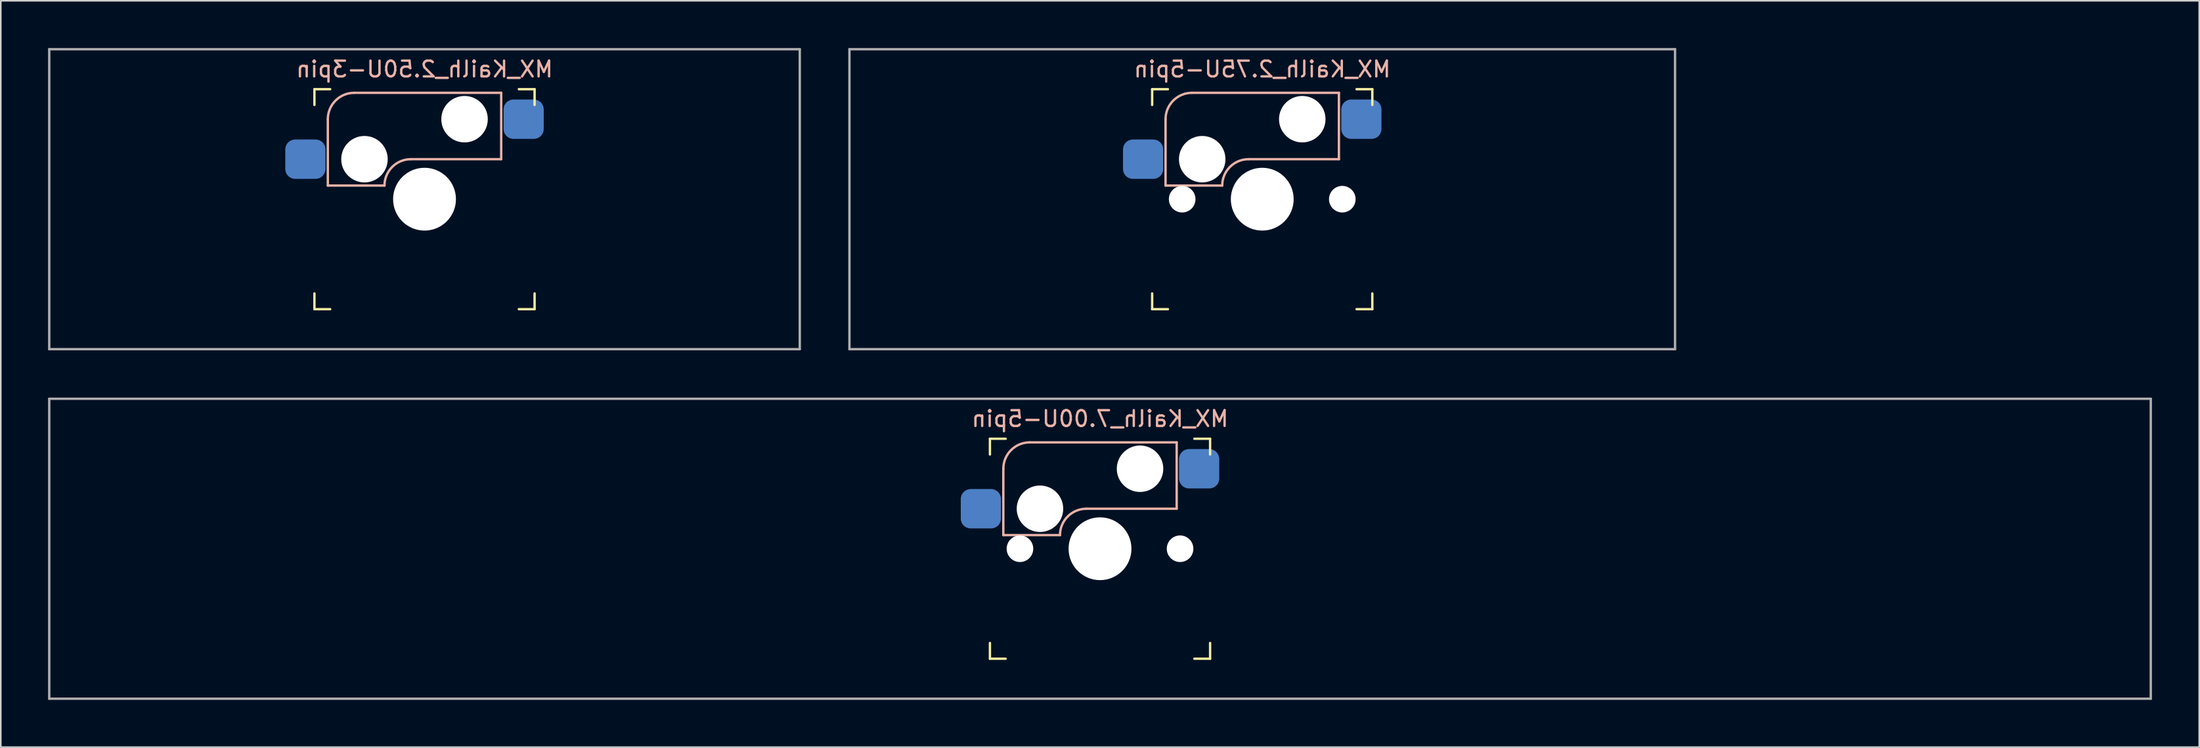
<source format=kicad_pcb>
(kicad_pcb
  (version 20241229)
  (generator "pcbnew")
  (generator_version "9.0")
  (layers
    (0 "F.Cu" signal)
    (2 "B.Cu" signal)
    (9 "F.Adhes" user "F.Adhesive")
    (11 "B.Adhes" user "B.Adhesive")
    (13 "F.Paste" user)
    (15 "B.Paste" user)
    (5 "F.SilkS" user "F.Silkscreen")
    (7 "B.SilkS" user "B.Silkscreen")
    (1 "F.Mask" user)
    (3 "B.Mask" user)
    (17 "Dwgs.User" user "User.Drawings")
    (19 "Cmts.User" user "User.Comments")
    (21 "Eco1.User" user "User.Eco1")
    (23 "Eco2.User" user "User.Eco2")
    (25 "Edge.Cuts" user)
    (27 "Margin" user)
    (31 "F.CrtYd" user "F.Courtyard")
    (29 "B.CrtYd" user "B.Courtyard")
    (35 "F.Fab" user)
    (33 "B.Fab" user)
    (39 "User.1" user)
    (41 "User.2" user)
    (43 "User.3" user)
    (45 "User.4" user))
  (footprint "MX_Kailh_2.50U-3pin"
    (layer "F.Cu")
    (at 23.887 9.6)
    (property "Reference" "MX_Kailh_2.50U-3pin" (at 0 -8.255 0) (layer "B.SilkS") (effects (font (size 1 1) (thickness 0.15)) (justify mirror)))
    (attr smd)
    (fp_line (start -6.985 -5.985) (end -6.985 -6.985) (stroke (width 0.15) (type solid)) (layer "F.SilkS"))
    (fp_line (start -6.985 6.985) (end -6.985 5.985) (stroke (width 0.15) (type solid)) (layer "F.SilkS"))
    (fp_line (start -6.985 6.985) (end -5.985 6.985) (stroke (width 0.15) (type solid)) (layer "F.SilkS"))
    (fp_line (start -5.985 -6.985) (end -6.985 -6.985) (stroke (width 0.15) (type solid)) (layer "F.SilkS"))
    (fp_line (start 5.985 6.985) (end 6.985 6.985) (stroke (width 0.15) (type solid)) (layer "F.SilkS"))
    (fp_line (start 6.985 -6.985) (end 5.985 -6.985) (stroke (width 0.15) (type solid)) (layer "F.SilkS"))
    (fp_line (start 6.985 -6.985) (end 6.985 -5.985) (stroke (width 0.15) (type solid)) (layer "F.SilkS"))
    (fp_line (start 6.985 5.985) (end 6.985 6.985) (stroke (width 0.15) (type solid)) (layer "F.SilkS"))
    (fp_line (start -6.135 -5.08) (end -6.135 -0.865) (stroke (width 0.15) (type solid)) (layer "B.SilkS"))
    (fp_line (start -6.135 -0.865) (end -2.54 -0.865) (stroke (width 0.15) (type solid)) (layer "B.SilkS"))
    (fp_line (start -4.46 -6.755) (end 4.865 -6.755) (stroke (width 0.15) (type solid)) (layer "B.SilkS"))
    (fp_line (start -0.865 -2.54) (end 4.865 -2.54) (stroke (width 0.15) (type solid)) (layer "B.SilkS"))
    (fp_line (start 4.865 -6.755) (end 4.865 -2.54) (stroke (width 0.15) (type solid)) (layer "B.SilkS"))
    (fp_arc (start -6.135 -5.08) (mid -5.644404 -6.264404) (end -4.46 -6.755) (stroke (width 0.15) (type solid)) (layer "B.SilkS"))
    (fp_arc (start -2.54 -0.865) (mid -2.049404 -2.049404) (end -0.865 -2.54) (stroke (width 0.15) (type solid)) (layer "B.SilkS"))
    (fp_line (start -6.985 6.985) (end -6.985 -6.985) (stroke (width 0.15) (type solid)) (layer "Eco2.User"))
    (fp_line (start -6.985 6.985) (end 6.985 6.985) (stroke (width 0.15) (type solid)) (layer "Eco2.User"))
    (fp_line (start 6.985 -6.985) (end -6.985 -6.985) (stroke (width 0.15) (type solid)) (layer "Eco2.User"))
    (fp_line (start 6.985 -6.985) (end 6.985 6.985) (stroke (width 0.15) (type solid)) (layer "Eco2.User"))
    (fp_line (start -23.812 -9.525) (end 23.812 -9.525) (stroke (width 0.15) (type solid)) (layer "F.Fab"))
    (fp_line (start -23.812 9.525) (end -23.812 -9.525) (stroke (width 0.15) (type solid)) (layer "F.Fab"))
    (fp_line (start 23.812 -9.525) (end 23.812 9.525) (stroke (width 0.15) (type solid)) (layer "F.Fab"))
    (fp_line (start 23.812 9.525) (end -23.812 9.525) (stroke (width 0.15) (type solid)) (layer "F.Fab"))
    (pad "" np_thru_hole circle (at -3.81 -2.54) (size 2.95 2.95) (drill 2.95) (layers "*.Cu" "*.Mask"))
    (pad "" np_thru_hole circle (at 0 0) (size 3.988 3.988) (drill 3.988) (layers "*.Cu" "*.Mask"))
    (pad "" np_thru_hole circle (at 2.54 -5.08) (size 2.95 2.95) (drill 2.95) (layers "*.Cu" "*.Mask"))
    (pad "1" smd roundrect (at 6.29 -5.08) (size 2.55 2.5) (layers "B.Cu" "B.Mask" "B.Paste") (roundrect_rratio 0.25))
    (pad "2" smd roundrect (at -7.56 -2.54) (size 2.55 2.5) (layers "B.Cu" "B.Mask" "B.Paste") (roundrect_rratio 0.25)))
  (footprint "MX_Kailh_7.00U-5pin"
    (layer "F.Cu")
    (at 66.75 31.8)
    (property "Reference" "MX_Kailh_7.00U-5pin" (at 0 -8.255 0) (layer "B.SilkS") (effects (font (size 1 1) (thickness 0.15)) (justify mirror)))
    (attr smd)
    (fp_line (start -6.985 -5.985) (end -6.985 -6.985) (stroke (width 0.15) (type solid)) (layer "F.SilkS"))
    (fp_line (start -6.985 6.985) (end -6.985 5.985) (stroke (width 0.15) (type solid)) (layer "F.SilkS"))
    (fp_line (start -6.985 6.985) (end -5.985 6.985) (stroke (width 0.15) (type solid)) (layer "F.SilkS"))
    (fp_line (start -5.985 -6.985) (end -6.985 -6.985) (stroke (width 0.15) (type solid)) (layer "F.SilkS"))
    (fp_line (start 5.985 6.985) (end 6.985 6.985) (stroke (width 0.15) (type solid)) (layer "F.SilkS"))
    (fp_line (start 6.985 -6.985) (end 5.985 -6.985) (stroke (width 0.15) (type solid)) (layer "F.SilkS"))
    (fp_line (start 6.985 -6.985) (end 6.985 -5.985) (stroke (width 0.15) (type solid)) (layer "F.SilkS"))
    (fp_line (start 6.985 5.985) (end 6.985 6.985) (stroke (width 0.15) (type solid)) (layer "F.SilkS"))
    (fp_line (start -6.135 -5.08) (end -6.135 -0.865) (stroke (width 0.15) (type solid)) (layer "B.SilkS"))
    (fp_line (start -6.135 -0.865) (end -2.54 -0.865) (stroke (width 0.15) (type solid)) (layer "B.SilkS"))
    (fp_line (start -4.46 -6.755) (end 4.865 -6.755) (stroke (width 0.15) (type solid)) (layer "B.SilkS"))
    (fp_line (start -0.865 -2.54) (end 4.865 -2.54) (stroke (width 0.15) (type solid)) (layer "B.SilkS"))
    (fp_line (start 4.865 -6.755) (end 4.865 -2.54) (stroke (width 0.15) (type solid)) (layer "B.SilkS"))
    (fp_arc (start -6.135 -5.08) (mid -5.644404 -6.264404) (end -4.46 -6.755) (stroke (width 0.15) (type solid)) (layer "B.SilkS"))
    (fp_arc (start -2.54 -0.865) (mid -2.049404 -2.049404) (end -0.865 -2.54) (stroke (width 0.15) (type solid)) (layer "B.SilkS"))
    (fp_line (start -6.985 6.985) (end -6.985 -6.985) (stroke (width 0.15) (type solid)) (layer "Eco2.User"))
    (fp_line (start -6.985 6.985) (end 6.985 6.985) (stroke (width 0.15) (type solid)) (layer "Eco2.User"))
    (fp_line (start 6.985 -6.985) (end -6.985 -6.985) (stroke (width 0.15) (type solid)) (layer "Eco2.User"))
    (fp_line (start 6.985 -6.985) (end 6.985 6.985) (stroke (width 0.15) (type solid)) (layer "Eco2.User"))
    (fp_line (start -66.675 -9.525) (end 66.675 -9.525) (stroke (width 0.15) (type solid)) (layer "F.Fab"))
    (fp_line (start -66.675 9.525) (end -66.675 -9.525) (stroke (width 0.15) (type solid)) (layer "F.Fab"))
    (fp_line (start 66.675 -9.525) (end 66.675 9.525) (stroke (width 0.15) (type solid)) (layer "F.Fab"))
    (fp_line (start 66.675 9.525) (end -66.675 9.525) (stroke (width 0.15) (type solid)) (layer "F.Fab"))
    (pad "" np_thru_hole circle (at -5.08 0) (size 1.688 1.688) (drill 1.688) (layers "*.Cu" "*.Mask"))
    (pad "" np_thru_hole circle (at -3.81 -2.54) (size 2.95 2.95) (drill 2.95) (layers "*.Cu" "*.Mask"))
    (pad "" np_thru_hole circle (at 0 0) (size 3.988 3.988) (drill 3.988) (layers "*.Cu" "*.Mask"))
    (pad "" np_thru_hole circle (at 2.54 -5.08) (size 2.95 2.95) (drill 2.95) (layers "*.Cu" "*.Mask"))
    (pad "" np_thru_hole circle (at 5.08 0) (size 1.688 1.688) (drill 1.688) (layers "*.Cu" "*.Mask"))
    (pad "1" smd roundrect (at 6.29 -5.08) (size 2.55 2.5) (layers "B.Cu" "B.Mask" "B.Paste") (roundrect_rratio 0.25))
    (pad "2" smd roundrect (at -7.56 -2.54) (size 2.55 2.5) (layers "B.Cu" "B.Mask" "B.Paste") (roundrect_rratio 0.25)))
  (footprint "MX_Kailh_2.75U-5pin"
    (layer "F.Cu")
    (at 77.044 9.6)
    (property "Reference" "MX_Kailh_2.75U-5pin" (at 0 -8.255 0) (layer "B.SilkS") (effects (font (size 1 1) (thickness 0.15)) (justify mirror)))
    (attr smd)
    (fp_line (start -6.985 -5.985) (end -6.985 -6.985) (stroke (width 0.15) (type solid)) (layer "F.SilkS"))
    (fp_line (start -6.985 6.985) (end -6.985 5.985) (stroke (width 0.15) (type solid)) (layer "F.SilkS"))
    (fp_line (start -6.985 6.985) (end -5.985 6.985) (stroke (width 0.15) (type solid)) (layer "F.SilkS"))
    (fp_line (start -5.985 -6.985) (end -6.985 -6.985) (stroke (width 0.15) (type solid)) (layer "F.SilkS"))
    (fp_line (start 5.985 6.985) (end 6.985 6.985) (stroke (width 0.15) (type solid)) (layer "F.SilkS"))
    (fp_line (start 6.985 -6.985) (end 5.985 -6.985) (stroke (width 0.15) (type solid)) (layer "F.SilkS"))
    (fp_line (start 6.985 -6.985) (end 6.985 -5.985) (stroke (width 0.15) (type solid)) (layer "F.SilkS"))
    (fp_line (start 6.985 5.985) (end 6.985 6.985) (stroke (width 0.15) (type solid)) (layer "F.SilkS"))
    (fp_line (start -6.135 -5.08) (end -6.135 -0.865) (stroke (width 0.15) (type solid)) (layer "B.SilkS"))
    (fp_line (start -6.135 -0.865) (end -2.54 -0.865) (stroke (width 0.15) (type solid)) (layer "B.SilkS"))
    (fp_line (start -4.46 -6.755) (end 4.865 -6.755) (stroke (width 0.15) (type solid)) (layer "B.SilkS"))
    (fp_line (start -0.865 -2.54) (end 4.865 -2.54) (stroke (width 0.15) (type solid)) (layer "B.SilkS"))
    (fp_line (start 4.865 -6.755) (end 4.865 -2.54) (stroke (width 0.15) (type solid)) (layer "B.SilkS"))
    (fp_arc (start -6.135 -5.08) (mid -5.644404 -6.264404) (end -4.46 -6.755) (stroke (width 0.15) (type solid)) (layer "B.SilkS"))
    (fp_arc (start -2.54 -0.865) (mid -2.049404 -2.049404) (end -0.865 -2.54) (stroke (width 0.15) (type solid)) (layer "B.SilkS"))
    (fp_line (start -6.985 6.985) (end -6.985 -6.985) (stroke (width 0.15) (type solid)) (layer "Eco2.User"))
    (fp_line (start -6.985 6.985) (end 6.985 6.985) (stroke (width 0.15) (type solid)) (layer "Eco2.User"))
    (fp_line (start 6.985 -6.985) (end -6.985 -6.985) (stroke (width 0.15) (type solid)) (layer "Eco2.User"))
    (fp_line (start 6.985 -6.985) (end 6.985 6.985) (stroke (width 0.15) (type solid)) (layer "Eco2.User"))
    (fp_line (start -26.194 -9.525) (end 26.194 -9.525) (stroke (width 0.15) (type solid)) (layer "F.Fab"))
    (fp_line (start -26.194 9.525) (end -26.194 -9.525) (stroke (width 0.15) (type solid)) (layer "F.Fab"))
    (fp_line (start 26.194 -9.525) (end 26.194 9.525) (stroke (width 0.15) (type solid)) (layer "F.Fab"))
    (fp_line (start 26.194 9.525) (end -26.194 9.525) (stroke (width 0.15) (type solid)) (layer "F.Fab"))
    (pad "" np_thru_hole circle (at -5.08 0) (size 1.688 1.688) (drill 1.688) (layers "*.Cu" "*.Mask"))
    (pad "" np_thru_hole circle (at -3.81 -2.54) (size 2.95 2.95) (drill 2.95) (layers "*.Cu" "*.Mask"))
    (pad "" np_thru_hole circle (at 0 0) (size 3.988 3.988) (drill 3.988) (layers "*.Cu" "*.Mask"))
    (pad "" np_thru_hole circle (at 2.54 -5.08) (size 2.95 2.95) (drill 2.95) (layers "*.Cu" "*.Mask"))
    (pad "" np_thru_hole circle (at 5.08 0) (size 1.688 1.688) (drill 1.688) (layers "*.Cu" "*.Mask"))
    (pad "1" smd roundrect (at 6.29 -5.08) (size 2.55 2.5) (layers "B.Cu" "B.Mask" "B.Paste") (roundrect_rratio 0.25))
    (pad "2" smd roundrect (at -7.56 -2.54) (size 2.55 2.5) (layers "B.Cu" "B.Mask" "B.Paste") (roundrect_rratio 0.25)))
  (gr_rect
    (start -3 -3)
    (end 136.5 44.4)
    (stroke (width 0.1) (type default))
    (fill no)
    (layer "Edge.Cuts")))
</source>
